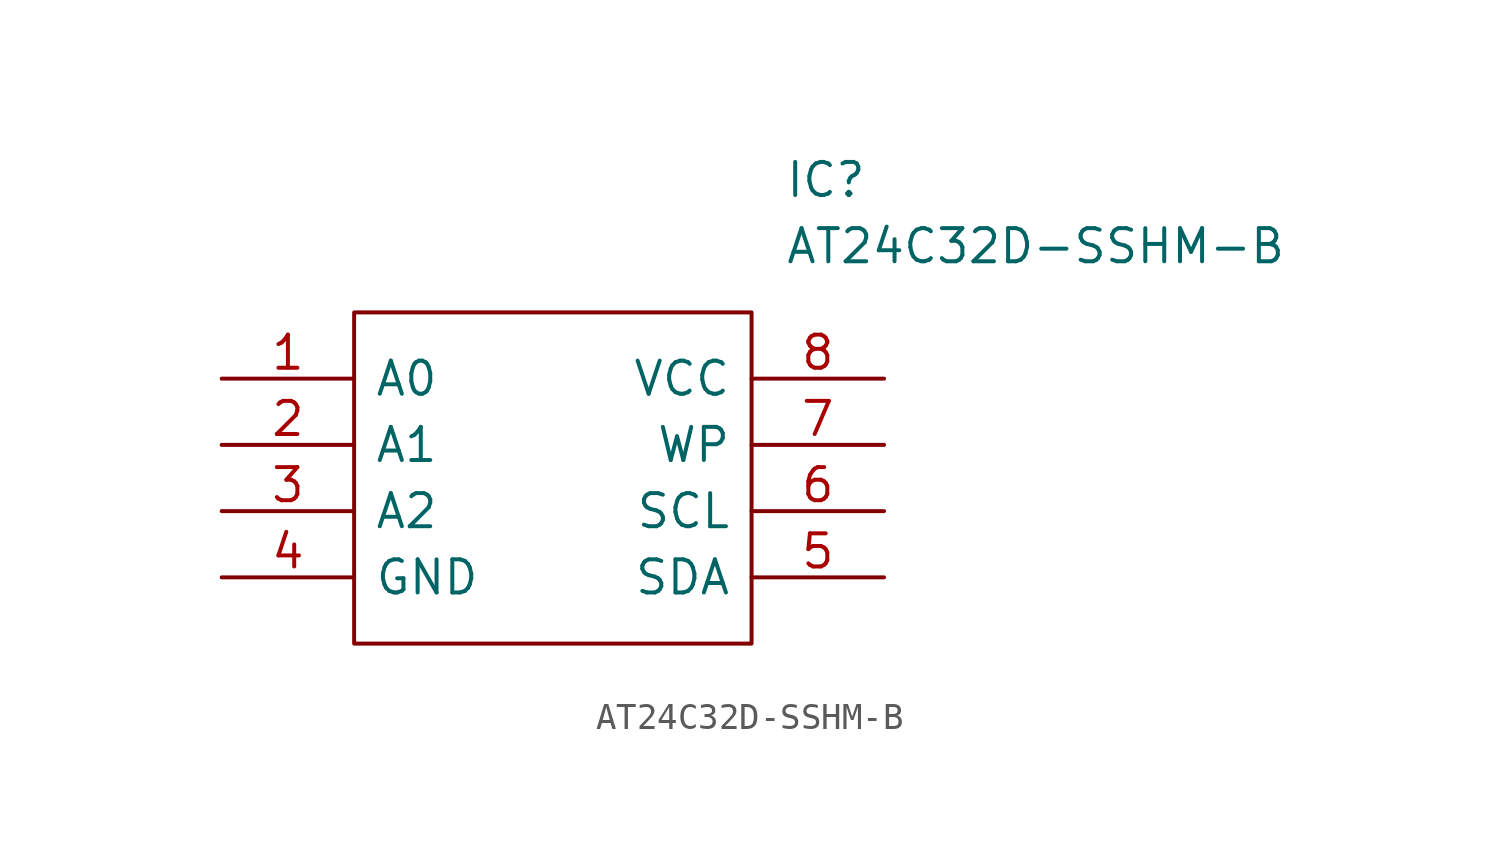
<source format=kicad_sym>
(kicad_symbol_lib
  (version 20211014)
  (generator kicad_symbol_editor)
  (symbol "AT24C32D-SSHM-B"
    (pin_names
      (offset 0.762))
    (property "Reference" "IC"
      (at 21.59 7.62 0)
      (effects (font (size 1.27 1.27)) (justify left)))
    (property "Value" "AT24C32D-SSHM-B"
      (at 21.59 5.08 0)
      (effects (font (size 1.27 1.27)) (justify left)))
    (symbol "AT24C32D-SSHM-B_0_0"
      (pin passive line (at 0 0 0) (length 5.08) (name "A0" (effects (font (size 1.27 1.27)))) (number "1" (effects (font (size 1.27 1.27)))))
      (pin passive line (at 0 -2.54 0) (length 5.08) (name "A1" (effects (font (size 1.27 1.27)))) (number "2" (effects (font (size 1.27 1.27)))))
      (pin passive line (at 0 -5.08 0) (length 5.08) (name "A2" (effects (font (size 1.27 1.27)))) (number "3" (effects (font (size 1.27 1.27)))))
      (pin passive line (at 0 -7.62 0) (length 5.08) (name "GND" (effects (font (size 1.27 1.27)))) (number "4" (effects (font (size 1.27 1.27)))))
      (pin passive line (at 25.4 -7.62 180) (length 5.08) (name "SDA" (effects (font (size 1.27 1.27)))) (number "5" (effects (font (size 1.27 1.27)))))
      (pin passive line (at 25.4 -5.08 180) (length 5.08) (name "SCL" (effects (font (size 1.27 1.27)))) (number "6" (effects (font (size 1.27 1.27)))))
      (pin passive line (at 25.4 -2.54 180) (length 5.08) (name "WP" (effects (font (size 1.27 1.27)))) (number "7" (effects (font (size 1.27 1.27)))))
      (pin passive line (at 25.4 0 180) (length 5.08) (name "VCC" (effects (font (size 1.27 1.27)))) (number "8" (effects (font (size 1.27 1.27))))))
    (symbol "AT24C32D-SSHM-B_0_1"
      (polyline (pts (xy 5.08 2.54) (xy 20.32 2.54) (xy 20.32 -10.16) (xy 5.08 -10.16) (xy 5.08 2.54)) (stroke (width 0.152) (type default) (color 0 0 0 0)) (fill (type none))))))
</source>
